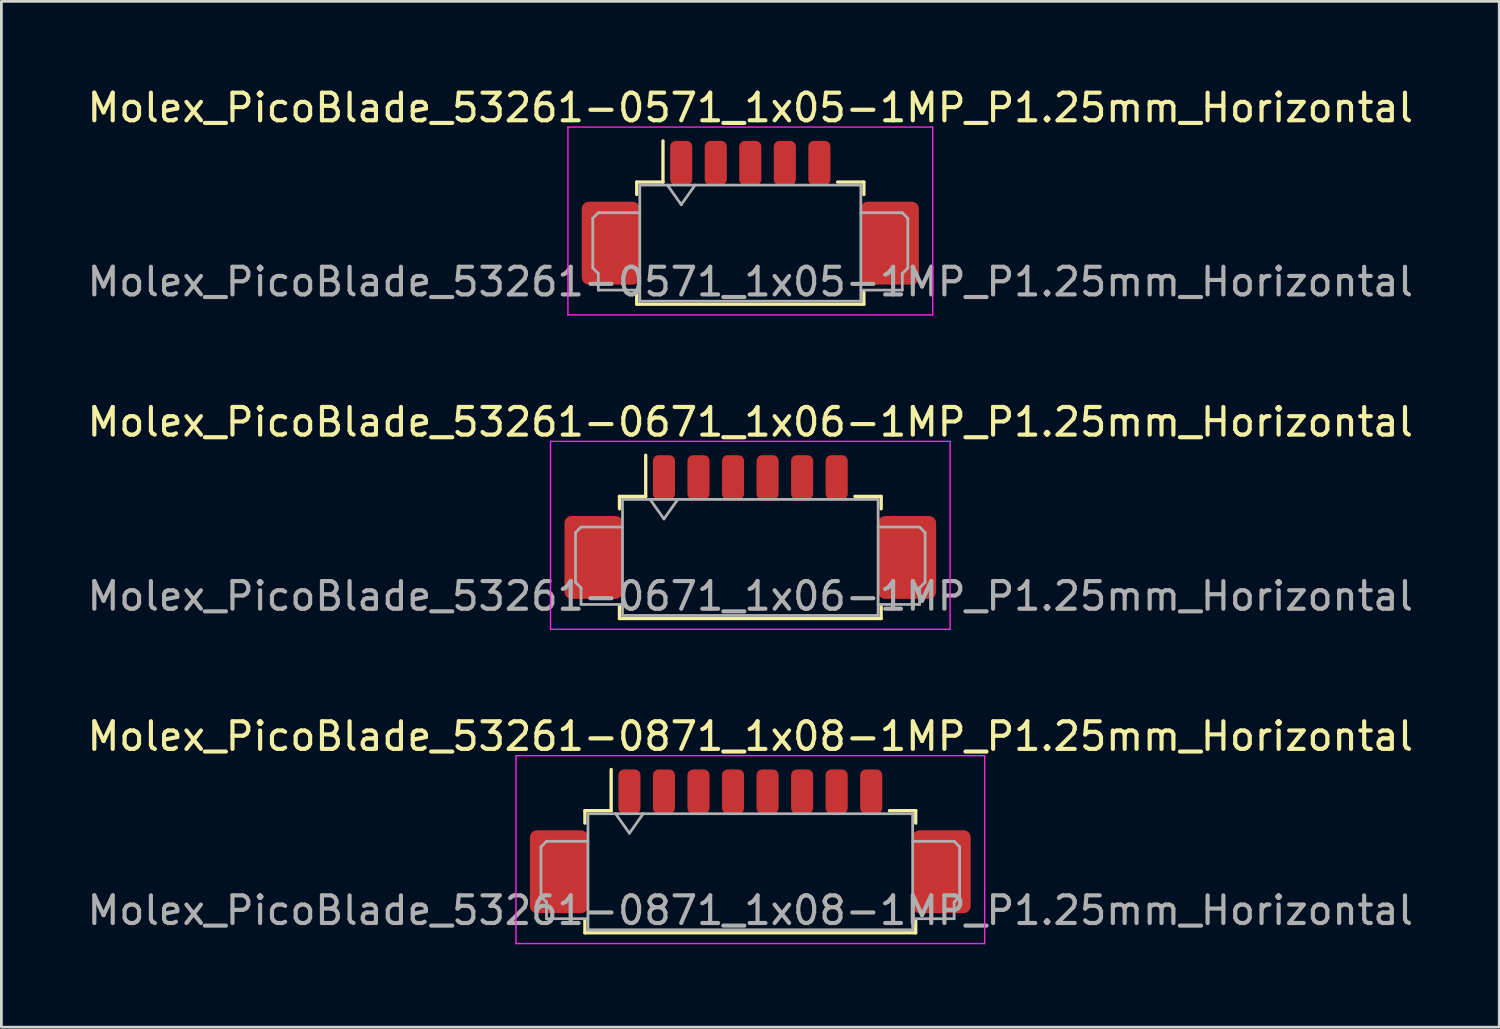
<source format=kicad_pcb>
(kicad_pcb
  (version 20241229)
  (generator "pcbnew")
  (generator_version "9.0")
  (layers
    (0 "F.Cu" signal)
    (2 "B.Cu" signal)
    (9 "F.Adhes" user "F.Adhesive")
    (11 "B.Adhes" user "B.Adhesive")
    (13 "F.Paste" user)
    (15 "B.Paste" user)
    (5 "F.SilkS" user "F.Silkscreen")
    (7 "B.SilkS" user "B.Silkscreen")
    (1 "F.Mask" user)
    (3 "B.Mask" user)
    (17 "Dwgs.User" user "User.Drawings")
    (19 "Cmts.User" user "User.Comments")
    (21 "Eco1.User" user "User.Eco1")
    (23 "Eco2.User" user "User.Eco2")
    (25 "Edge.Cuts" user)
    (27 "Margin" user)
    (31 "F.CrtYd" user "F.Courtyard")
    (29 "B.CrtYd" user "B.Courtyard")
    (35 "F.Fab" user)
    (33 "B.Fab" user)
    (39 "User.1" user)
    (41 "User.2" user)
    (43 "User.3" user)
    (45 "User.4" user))
  (footprint "Molex_PicoBlade_53261-0871_1x08-1MP_P1.25mm_Horizontal"
    (layer "F.Cu")
    (at 24.101 27.995)
    (property "Reference" "Molex_PicoBlade_53261-0871_1x08-1MP_P1.25mm_Horizontal" (at 0 -4.4 0) (layer "F.SilkS") (effects (font (size 1 1) (thickness 0.15))))
    (attr smd)
    (fp_line (start -5.985 -1.71) (end -5.035 -1.71) (stroke (width 0.12) (type solid)) (layer "F.SilkS"))
    (fp_line (start -5.985 -1.26) (end -5.985 -1.71) (stroke (width 0.12) (type solid)) (layer "F.SilkS"))
    (fp_line (start -5.985 2.26) (end -5.985 2.71) (stroke (width 0.12) (type solid)) (layer "F.SilkS"))
    (fp_line (start -5.985 2.71) (end 5.985 2.71) (stroke (width 0.12) (type solid)) (layer "F.SilkS"))
    (fp_line (start -5.035 -1.71) (end -5.035 -3.2) (stroke (width 0.12) (type solid)) (layer "F.SilkS"))
    (fp_line (start 5.985 -1.71) (end 5.035 -1.71) (stroke (width 0.12) (type solid)) (layer "F.SilkS"))
    (fp_line (start 5.985 -1.26) (end 5.985 -1.71) (stroke (width 0.12) (type solid)) (layer "F.SilkS"))
    (fp_line (start 5.985 2.71) (end 5.985 2.26) (stroke (width 0.12) (type solid)) (layer "F.SilkS"))
    (fp_line (start -8.48 -3.7) (end -8.48 3.1) (stroke (width 0.05) (type solid)) (layer "F.CrtYd"))
    (fp_line (start -8.48 3.1) (end 8.48 3.1) (stroke (width 0.05) (type solid)) (layer "F.CrtYd"))
    (fp_line (start 8.48 -3.7) (end -8.48 -3.7) (stroke (width 0.05) (type solid)) (layer "F.CrtYd"))
    (fp_line (start 8.48 3.1) (end 8.48 -3.7) (stroke (width 0.05) (type solid)) (layer "F.CrtYd"))
    (fp_line (start -7.575 -0.4) (end -7.575 1.4) (stroke (width 0.1) (type solid)) (layer "F.Fab"))
    (fp_line (start -7.575 1.4) (end -7.375 1.6) (stroke (width 0.1) (type solid)) (layer "F.Fab"))
    (fp_line (start -7.375 -0.6) (end -7.575 -0.4) (stroke (width 0.1) (type solid)) (layer "F.Fab"))
    (fp_line (start -7.375 1.6) (end -7.375 2.2) (stroke (width 0.1) (type solid)) (layer "F.Fab"))
    (fp_line (start -7.375 2.2) (end -5.875 2.2) (stroke (width 0.1) (type solid)) (layer "F.Fab"))
    (fp_line (start -5.875 -1.6) (end -5.875 2.6) (stroke (width 0.1) (type solid)) (layer "F.Fab"))
    (fp_line (start -5.875 -1.6) (end 5.875 -1.6) (stroke (width 0.1) (type solid)) (layer "F.Fab"))
    (fp_line (start -5.875 -0.6) (end -7.375 -0.6) (stroke (width 0.1) (type solid)) (layer "F.Fab"))
    (fp_line (start -5.875 2.6) (end 5.875 2.6) (stroke (width 0.1) (type solid)) (layer "F.Fab"))
    (fp_line (start -4.875 -1.6) (end -4.375 -0.893) (stroke (width 0.1) (type solid)) (layer "F.Fab"))
    (fp_line (start -4.375 -0.893) (end -3.875 -1.6) (stroke (width 0.1) (type solid)) (layer "F.Fab"))
    (fp_line (start 5.875 -1.6) (end 5.875 2.6) (stroke (width 0.1) (type solid)) (layer "F.Fab"))
    (fp_line (start 5.875 -0.6) (end 7.375 -0.6) (stroke (width 0.1) (type solid)) (layer "F.Fab"))
    (fp_line (start 7.375 -0.6) (end 7.575 -0.4) (stroke (width 0.1) (type solid)) (layer "F.Fab"))
    (fp_line (start 7.375 1.6) (end 7.375 2.2) (stroke (width 0.1) (type solid)) (layer "F.Fab"))
    (fp_line (start 7.375 2.2) (end 5.875 2.2) (stroke (width 0.1) (type solid)) (layer "F.Fab"))
    (fp_line (start 7.575 -0.4) (end 7.575 1.4) (stroke (width 0.1) (type solid)) (layer "F.Fab"))
    (fp_line (start 7.575 1.4) (end 7.375 1.6) (stroke (width 0.1) (type solid)) (layer "F.Fab"))
    (fp_text user "${REFERENCE}" (at 0 1.9 0) (layer "F.Fab") (effects (font (size 1 1) (thickness 0.15))))
    (pad "1" smd roundrect (at -4.375 -2.4) (size 0.8 1.6) (layers "F.Cu" "F.Mask" "F.Paste") (roundrect_rratio 0.25))
    (pad "2" smd roundrect (at -3.125 -2.4) (size 0.8 1.6) (layers "F.Cu" "F.Mask" "F.Paste") (roundrect_rratio 0.25))
    (pad "3" smd roundrect (at -1.875 -2.4) (size 0.8 1.6) (layers "F.Cu" "F.Mask" "F.Paste") (roundrect_rratio 0.25))
    (pad "4" smd roundrect (at -0.625 -2.4) (size 0.8 1.6) (layers "F.Cu" "F.Mask" "F.Paste") (roundrect_rratio 0.25))
    (pad "5" smd roundrect (at 0.625 -2.4) (size 0.8 1.6) (layers "F.Cu" "F.Mask" "F.Paste") (roundrect_rratio 0.25))
    (pad "6" smd roundrect (at 1.875 -2.4) (size 0.8 1.6) (layers "F.Cu" "F.Mask" "F.Paste") (roundrect_rratio 0.25))
    (pad "7" smd roundrect (at 3.125 -2.4) (size 0.8 1.6) (layers "F.Cu" "F.Mask" "F.Paste") (roundrect_rratio 0.25))
    (pad "8" smd roundrect (at 4.375 -2.4) (size 0.8 1.6) (layers "F.Cu" "F.Mask" "F.Paste") (roundrect_rratio 0.25))
    (pad "MP" smd roundrect (at -6.925 0.5) (size 2.1 3) (layers "F.Cu" "F.Mask" "F.Paste") (roundrect_rratio 0.119))
    (pad "MP" smd roundrect (at 6.925 0.5) (size 2.1 3) (layers "F.Cu" "F.Mask" "F.Paste") (roundrect_rratio 0.119)))
  (footprint "Molex_PicoBlade_53261-0671_1x06-1MP_P1.25mm_Horizontal"
    (layer "F.Cu")
    (at 24.101 16.622)
    (property "Reference" "Molex_PicoBlade_53261-0671_1x06-1MP_P1.25mm_Horizontal" (at 0 -4.4 0) (layer "F.SilkS") (effects (font (size 1 1) (thickness 0.15))))
    (attr smd)
    (fp_line (start -4.735 -1.71) (end -3.785 -1.71) (stroke (width 0.12) (type solid)) (layer "F.SilkS"))
    (fp_line (start -4.735 -1.26) (end -4.735 -1.71) (stroke (width 0.12) (type solid)) (layer "F.SilkS"))
    (fp_line (start -4.735 2.26) (end -4.735 2.71) (stroke (width 0.12) (type solid)) (layer "F.SilkS"))
    (fp_line (start -4.735 2.71) (end 4.735 2.71) (stroke (width 0.12) (type solid)) (layer "F.SilkS"))
    (fp_line (start -3.785 -1.71) (end -3.785 -3.2) (stroke (width 0.12) (type solid)) (layer "F.SilkS"))
    (fp_line (start 4.735 -1.71) (end 3.785 -1.71) (stroke (width 0.12) (type solid)) (layer "F.SilkS"))
    (fp_line (start 4.735 -1.26) (end 4.735 -1.71) (stroke (width 0.12) (type solid)) (layer "F.SilkS"))
    (fp_line (start 4.735 2.71) (end 4.735 2.26) (stroke (width 0.12) (type solid)) (layer "F.SilkS"))
    (fp_line (start -7.23 -3.7) (end -7.23 3.1) (stroke (width 0.05) (type solid)) (layer "F.CrtYd"))
    (fp_line (start -7.23 3.1) (end 7.23 3.1) (stroke (width 0.05) (type solid)) (layer "F.CrtYd"))
    (fp_line (start 7.23 -3.7) (end -7.23 -3.7) (stroke (width 0.05) (type solid)) (layer "F.CrtYd"))
    (fp_line (start 7.23 3.1) (end 7.23 -3.7) (stroke (width 0.05) (type solid)) (layer "F.CrtYd"))
    (fp_line (start -6.325 -0.4) (end -6.325 1.4) (stroke (width 0.1) (type solid)) (layer "F.Fab"))
    (fp_line (start -6.325 1.4) (end -6.125 1.6) (stroke (width 0.1) (type solid)) (layer "F.Fab"))
    (fp_line (start -6.125 -0.6) (end -6.325 -0.4) (stroke (width 0.1) (type solid)) (layer "F.Fab"))
    (fp_line (start -6.125 1.6) (end -6.125 2.2) (stroke (width 0.1) (type solid)) (layer "F.Fab"))
    (fp_line (start -6.125 2.2) (end -4.625 2.2) (stroke (width 0.1) (type solid)) (layer "F.Fab"))
    (fp_line (start -4.625 -1.6) (end -4.625 2.6) (stroke (width 0.1) (type solid)) (layer "F.Fab"))
    (fp_line (start -4.625 -1.6) (end 4.625 -1.6) (stroke (width 0.1) (type solid)) (layer "F.Fab"))
    (fp_line (start -4.625 -0.6) (end -6.125 -0.6) (stroke (width 0.1) (type solid)) (layer "F.Fab"))
    (fp_line (start -4.625 2.6) (end 4.625 2.6) (stroke (width 0.1) (type solid)) (layer "F.Fab"))
    (fp_line (start -3.625 -1.6) (end -3.125 -0.893) (stroke (width 0.1) (type solid)) (layer "F.Fab"))
    (fp_line (start -3.125 -0.893) (end -2.625 -1.6) (stroke (width 0.1) (type solid)) (layer "F.Fab"))
    (fp_line (start 4.625 -1.6) (end 4.625 2.6) (stroke (width 0.1) (type solid)) (layer "F.Fab"))
    (fp_line (start 4.625 -0.6) (end 6.125 -0.6) (stroke (width 0.1) (type solid)) (layer "F.Fab"))
    (fp_line (start 6.125 -0.6) (end 6.325 -0.4) (stroke (width 0.1) (type solid)) (layer "F.Fab"))
    (fp_line (start 6.125 1.6) (end 6.125 2.2) (stroke (width 0.1) (type solid)) (layer "F.Fab"))
    (fp_line (start 6.125 2.2) (end 4.625 2.2) (stroke (width 0.1) (type solid)) (layer "F.Fab"))
    (fp_line (start 6.325 -0.4) (end 6.325 1.4) (stroke (width 0.1) (type solid)) (layer "F.Fab"))
    (fp_line (start 6.325 1.4) (end 6.125 1.6) (stroke (width 0.1) (type solid)) (layer "F.Fab"))
    (fp_text user "${REFERENCE}" (at 0 1.9 0) (layer "F.Fab") (effects (font (size 1 1) (thickness 0.15))))
    (pad "1" smd roundrect (at -3.125 -2.4) (size 0.8 1.6) (layers "F.Cu" "F.Mask" "F.Paste") (roundrect_rratio 0.25))
    (pad "2" smd roundrect (at -1.875 -2.4) (size 0.8 1.6) (layers "F.Cu" "F.Mask" "F.Paste") (roundrect_rratio 0.25))
    (pad "3" smd roundrect (at -0.625 -2.4) (size 0.8 1.6) (layers "F.Cu" "F.Mask" "F.Paste") (roundrect_rratio 0.25))
    (pad "4" smd roundrect (at 0.625 -2.4) (size 0.8 1.6) (layers "F.Cu" "F.Mask" "F.Paste") (roundrect_rratio 0.25))
    (pad "5" smd roundrect (at 1.875 -2.4) (size 0.8 1.6) (layers "F.Cu" "F.Mask" "F.Paste") (roundrect_rratio 0.25))
    (pad "6" smd roundrect (at 3.125 -2.4) (size 0.8 1.6) (layers "F.Cu" "F.Mask" "F.Paste") (roundrect_rratio 0.25))
    (pad "MP" smd roundrect (at -5.675 0.5) (size 2.1 3) (layers "F.Cu" "F.Mask" "F.Paste") (roundrect_rratio 0.119))
    (pad "MP" smd roundrect (at 5.675 0.5) (size 2.1 3) (layers "F.Cu" "F.Mask" "F.Paste") (roundrect_rratio 0.119)))
  (footprint "Molex_PicoBlade_53261-0571_1x05-1MP_P1.25mm_Horizontal"
    (layer "F.Cu")
    (at 24.101 5.248)
    (property "Reference" "Molex_PicoBlade_53261-0571_1x05-1MP_P1.25mm_Horizontal" (at 0 -4.4 0) (layer "F.SilkS") (effects (font (size 1 1) (thickness 0.15))))
    (attr smd)
    (fp_line (start -4.11 -1.71) (end -3.16 -1.71) (stroke (width 0.12) (type solid)) (layer "F.SilkS"))
    (fp_line (start -4.11 -1.26) (end -4.11 -1.71) (stroke (width 0.12) (type solid)) (layer "F.SilkS"))
    (fp_line (start -4.11 2.26) (end -4.11 2.71) (stroke (width 0.12) (type solid)) (layer "F.SilkS"))
    (fp_line (start -4.11 2.71) (end 4.11 2.71) (stroke (width 0.12) (type solid)) (layer "F.SilkS"))
    (fp_line (start -3.16 -1.71) (end -3.16 -3.2) (stroke (width 0.12) (type solid)) (layer "F.SilkS"))
    (fp_line (start 4.11 -1.71) (end 3.16 -1.71) (stroke (width 0.12) (type solid)) (layer "F.SilkS"))
    (fp_line (start 4.11 -1.26) (end 4.11 -1.71) (stroke (width 0.12) (type solid)) (layer "F.SilkS"))
    (fp_line (start 4.11 2.71) (end 4.11 2.26) (stroke (width 0.12) (type solid)) (layer "F.SilkS"))
    (fp_line (start -6.6 -3.7) (end -6.6 3.1) (stroke (width 0.05) (type solid)) (layer "F.CrtYd"))
    (fp_line (start -6.6 3.1) (end 6.6 3.1) (stroke (width 0.05) (type solid)) (layer "F.CrtYd"))
    (fp_line (start 6.6 -3.7) (end -6.6 -3.7) (stroke (width 0.05) (type solid)) (layer "F.CrtYd"))
    (fp_line (start 6.6 3.1) (end 6.6 -3.7) (stroke (width 0.05) (type solid)) (layer "F.CrtYd"))
    (fp_line (start -5.7 -0.4) (end -5.7 1.4) (stroke (width 0.1) (type solid)) (layer "F.Fab"))
    (fp_line (start -5.7 1.4) (end -5.5 1.6) (stroke (width 0.1) (type solid)) (layer "F.Fab"))
    (fp_line (start -5.5 -0.6) (end -5.7 -0.4) (stroke (width 0.1) (type solid)) (layer "F.Fab"))
    (fp_line (start -5.5 1.6) (end -5.5 2.2) (stroke (width 0.1) (type solid)) (layer "F.Fab"))
    (fp_line (start -5.5 2.2) (end -4 2.2) (stroke (width 0.1) (type solid)) (layer "F.Fab"))
    (fp_line (start -4 -1.6) (end -4 2.6) (stroke (width 0.1) (type solid)) (layer "F.Fab"))
    (fp_line (start -4 -1.6) (end 4 -1.6) (stroke (width 0.1) (type solid)) (layer "F.Fab"))
    (fp_line (start -4 -0.6) (end -5.5 -0.6) (stroke (width 0.1) (type solid)) (layer "F.Fab"))
    (fp_line (start -4 2.6) (end 4 2.6) (stroke (width 0.1) (type solid)) (layer "F.Fab"))
    (fp_line (start -3 -1.6) (end -2.5 -0.893) (stroke (width 0.1) (type solid)) (layer "F.Fab"))
    (fp_line (start -2.5 -0.893) (end -2 -1.6) (stroke (width 0.1) (type solid)) (layer "F.Fab"))
    (fp_line (start 4 -1.6) (end 4 2.6) (stroke (width 0.1) (type solid)) (layer "F.Fab"))
    (fp_line (start 4 -0.6) (end 5.5 -0.6) (stroke (width 0.1) (type solid)) (layer "F.Fab"))
    (fp_line (start 5.5 -0.6) (end 5.7 -0.4) (stroke (width 0.1) (type solid)) (layer "F.Fab"))
    (fp_line (start 5.5 1.6) (end 5.5 2.2) (stroke (width 0.1) (type solid)) (layer "F.Fab"))
    (fp_line (start 5.5 2.2) (end 4 2.2) (stroke (width 0.1) (type solid)) (layer "F.Fab"))
    (fp_line (start 5.7 -0.4) (end 5.7 1.4) (stroke (width 0.1) (type solid)) (layer "F.Fab"))
    (fp_line (start 5.7 1.4) (end 5.5 1.6) (stroke (width 0.1) (type solid)) (layer "F.Fab"))
    (fp_text user "${REFERENCE}" (at 0 1.9 0) (layer "F.Fab") (effects (font (size 1 1) (thickness 0.15))))
    (pad "1" smd roundrect (at -2.5 -2.4) (size 0.8 1.6) (layers "F.Cu" "F.Mask" "F.Paste") (roundrect_rratio 0.25))
    (pad "2" smd roundrect (at -1.25 -2.4) (size 0.8 1.6) (layers "F.Cu" "F.Mask" "F.Paste") (roundrect_rratio 0.25))
    (pad "3" smd roundrect (at 0 -2.4) (size 0.8 1.6) (layers "F.Cu" "F.Mask" "F.Paste") (roundrect_rratio 0.25))
    (pad "4" smd roundrect (at 1.25 -2.4) (size 0.8 1.6) (layers "F.Cu" "F.Mask" "F.Paste") (roundrect_rratio 0.25))
    (pad "5" smd roundrect (at 2.5 -2.4) (size 0.8 1.6) (layers "F.Cu" "F.Mask" "F.Paste") (roundrect_rratio 0.25))
    (pad "MP" smd roundrect (at -5.05 0.5) (size 2.1 3) (layers "F.Cu" "F.Mask" "F.Paste") (roundrect_rratio 0.119))
    (pad "MP" smd roundrect (at 5.05 0.5) (size 2.1 3) (layers "F.Cu" "F.Mask" "F.Paste") (roundrect_rratio 0.119)))
  (gr_rect
    (start -3 -3)
    (end 51.202 34.12)
    (stroke (width 0.1) (type default))
    (fill no)
    (layer "Edge.Cuts")))
</source>
